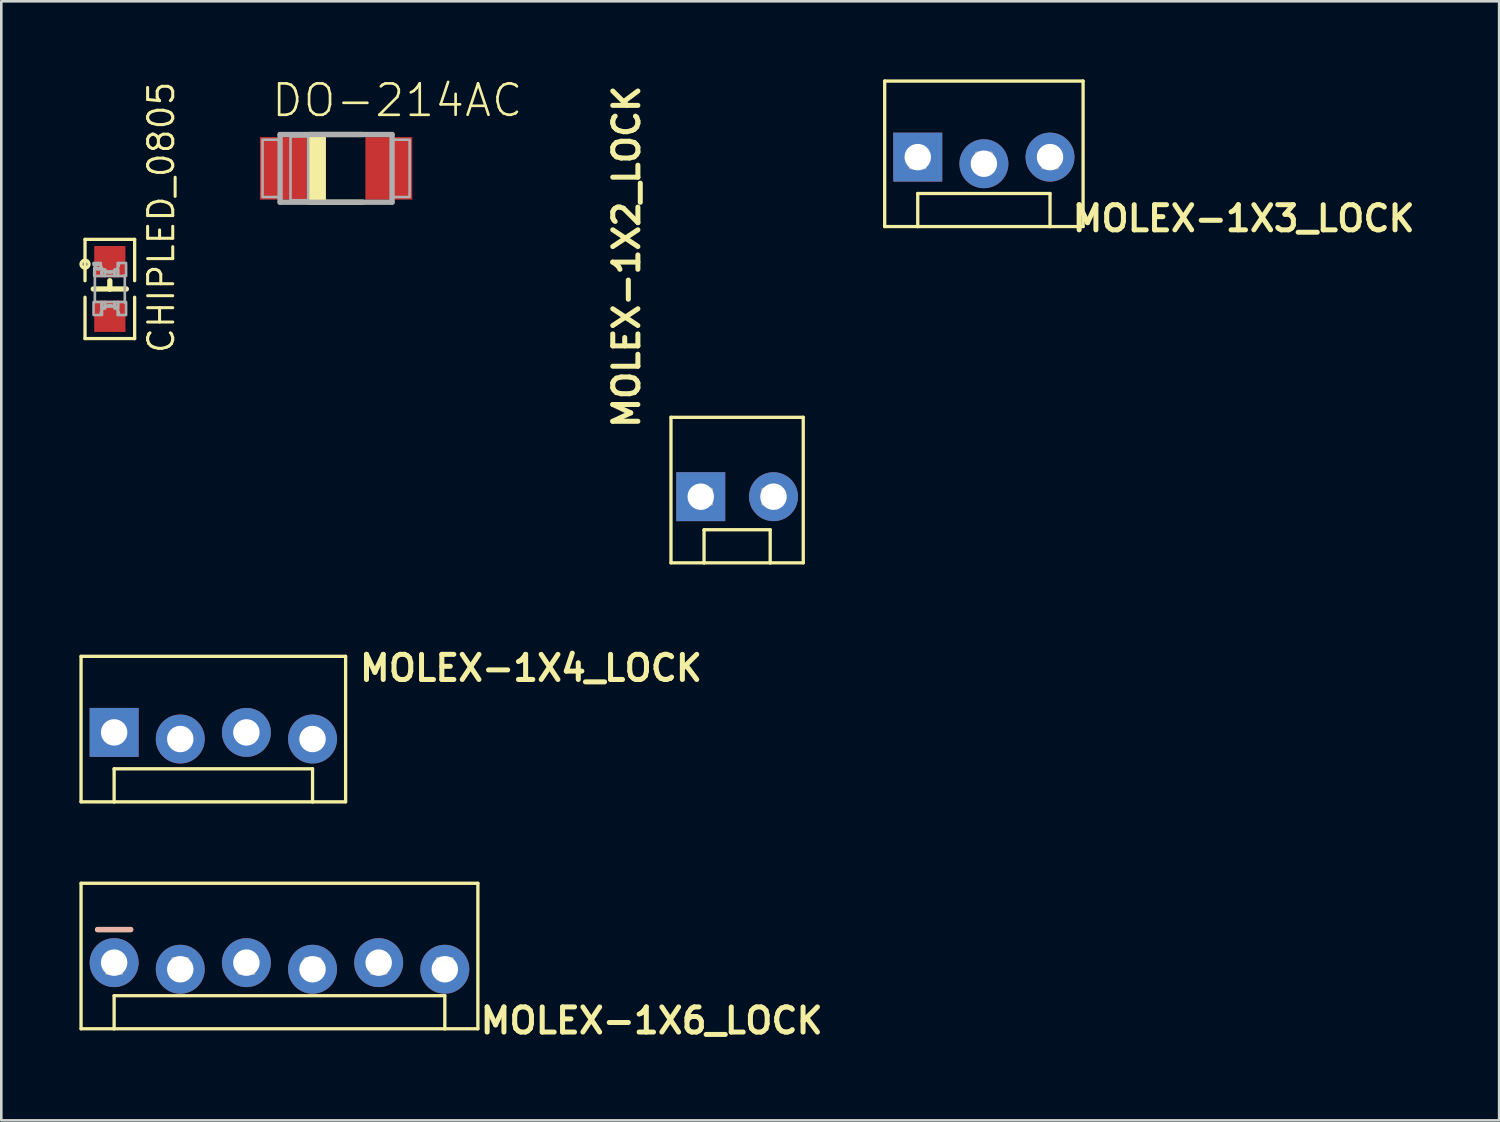
<source format=kicad_pcb>
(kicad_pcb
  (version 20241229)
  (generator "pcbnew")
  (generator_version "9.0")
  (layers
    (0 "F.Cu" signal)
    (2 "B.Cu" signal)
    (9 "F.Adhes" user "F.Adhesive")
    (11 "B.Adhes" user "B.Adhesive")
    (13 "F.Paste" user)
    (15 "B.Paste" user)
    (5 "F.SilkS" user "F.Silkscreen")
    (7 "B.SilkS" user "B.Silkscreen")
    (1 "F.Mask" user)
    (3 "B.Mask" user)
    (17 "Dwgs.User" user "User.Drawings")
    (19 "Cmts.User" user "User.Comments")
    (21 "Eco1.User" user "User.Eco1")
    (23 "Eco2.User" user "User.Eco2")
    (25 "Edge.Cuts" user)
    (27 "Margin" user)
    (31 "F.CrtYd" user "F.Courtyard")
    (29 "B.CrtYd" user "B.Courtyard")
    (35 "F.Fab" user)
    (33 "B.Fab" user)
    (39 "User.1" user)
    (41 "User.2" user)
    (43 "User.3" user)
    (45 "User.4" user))
  (footprint "MOLEX-1X6_LOCK"
    (layer "F.Cu")
    (at 1.333 33.92)
    (property "Reference" "MOLEX-1X6_LOCK" (at 13.97 2.794 180) (layer "F.SilkS") (effects (font (size 0.965 0.965) (thickness 0.193)) (justify left bottom)))
    (attr through_hole)
    (fp_line (start -1.27 -3.048) (end -1.27 2.54) (stroke (width 0.127) (type solid)) (layer "F.SilkS"))
    (fp_line (start -0.635 -1.27) (end 0.635 -1.27) (stroke (width 0.203) (type solid)) (layer "F.SilkS"))
    (fp_line (start 0 1.27) (end 12.7 1.27) (stroke (width 0.127) (type solid)) (layer "F.SilkS"))
    (fp_line (start 0 2.54) (end -1.27 2.54) (stroke (width 0.127) (type solid)) (layer "F.SilkS"))
    (fp_line (start 0 2.54) (end 0 1.27) (stroke (width 0.127) (type solid)) (layer "F.SilkS"))
    (fp_line (start 12.7 1.27) (end 12.7 2.54) (stroke (width 0.127) (type solid)) (layer "F.SilkS"))
    (fp_line (start 12.7 2.54) (end 0 2.54) (stroke (width 0.127) (type solid)) (layer "F.SilkS"))
    (fp_line (start 13.97 -3.048) (end -1.27 -3.048) (stroke (width 0.127) (type solid)) (layer "F.SilkS"))
    (fp_line (start 13.97 -3.048) (end 13.97 2.54) (stroke (width 0.127) (type solid)) (layer "F.SilkS"))
    (fp_line (start 13.97 2.54) (end 12.7 2.54) (stroke (width 0.127) (type solid)) (layer "F.SilkS"))
    (fp_line (start 0.635 -1.27) (end -0.635 -1.27) (stroke (width 0.203) (type solid)) (layer "B.SilkS"))
    (fp_poly (pts (xy -0.292 0.419) (xy 0.292 0.419) (xy 0.292 -0.165) (xy -0.292 -0.165)) (stroke (width 0.1) (type solid)) (fill no) (layer "F.Fab"))
    (fp_poly (pts (xy 2.248 0.419) (xy 2.832 0.419) (xy 2.832 -0.165) (xy 2.248 -0.165)) (stroke (width 0.1) (type solid)) (fill no) (layer "F.Fab"))
    (fp_poly (pts (xy 4.788 0.419) (xy 5.372 0.419) (xy 5.372 -0.165) (xy 4.788 -0.165)) (stroke (width 0.1) (type solid)) (fill no) (layer "F.Fab"))
    (fp_poly (pts (xy 7.328 0.419) (xy 7.912 0.419) (xy 7.912 -0.165) (xy 7.328 -0.165)) (stroke (width 0.1) (type solid)) (fill no) (layer "F.Fab"))
    (fp_poly (pts (xy 9.868 0.419) (xy 10.452 0.419) (xy 10.452 -0.165) (xy 9.868 -0.165)) (stroke (width 0.1) (type solid)) (fill no) (layer "F.Fab"))
    (fp_poly (pts (xy 12.408 0.419) (xy 12.992 0.419) (xy 12.992 -0.165) (xy 12.408 -0.165)) (stroke (width 0.1) (type solid)) (fill no) (layer "F.Fab"))
    (pad "1" thru_hole circle (at 0 0) (size 1.88 1.88) (drill 1.016) (layers "*.Cu" "*.Mask"))
    (pad "2" thru_hole circle (at 2.54 0.254) (size 1.88 1.88) (drill 1.016) (layers "*.Cu" "*.Mask"))
    (pad "3" thru_hole circle (at 5.08 0) (size 1.88 1.88) (drill 1.016) (layers "*.Cu" "*.Mask"))
    (pad "4" thru_hole circle (at 7.62 0.254) (size 1.88 1.88) (drill 1.016) (layers "*.Cu" "*.Mask"))
    (pad "5" thru_hole circle (at 10.16 0) (size 1.88 1.88) (drill 1.016) (layers "*.Cu" "*.Mask"))
    (pad "6" thru_hole circle (at 12.7 0.254) (size 1.88 1.88) (drill 1.016) (layers "*.Cu" "*.Mask")))
  (footprint "DO-214AC"
    (layer "F.Cu")
    (at 9.857 3.416)
    (property "Reference" "DO-214AC" (at -2.54 -1.905 0) (layer "F.SilkS") (effects (font (size 1.206 1.206) (thickness 0.102)) (justify left bottom)))
    (attr through_hole)
    (fp_line (start -1.035 -1.3) (end 1.025 -1.3) (stroke (width 0.203) (type solid)) (layer "F.SilkS"))
    (fp_line (start 1.025 1.3) (end -1.035 1.3) (stroke (width 0.203) (type solid)) (layer "F.SilkS"))
    (fp_poly (pts (xy -1.065 1.225) (xy -0.39 1.225) (xy -0.39 -1.225) (xy -1.065 -1.225)) (stroke (width 0) (type solid)) (fill yes) (layer "F.SilkS"))
    (fp_line (start -2.15 -1.3) (end 2.15 -1.3) (stroke (width 0.203) (type solid)) (layer "F.Fab"))
    (fp_line (start -2.15 1.3) (end -2.15 -1.3) (stroke (width 0.203) (type solid)) (layer "F.Fab"))
    (fp_line (start 2.15 -1.3) (end 2.15 1.3) (stroke (width 0.203) (type solid)) (layer "F.Fab"))
    (fp_line (start 2.15 1.3) (end -2.15 1.3) (stroke (width 0.203) (type solid)) (layer "F.Fab"))
    (fp_poly (pts (xy -2.825 1.1) (xy -2.175 1.1) (xy -2.175 -1.1) (xy -2.825 -1.1)) (stroke (width 0.1) (type solid)) (fill no) (layer "F.Fab"))
    (fp_poly (pts (xy -1.75 1.225) (xy -1.075 1.225) (xy -1.075 -1.225) (xy -1.75 -1.225)) (stroke (width 0.1) (type solid)) (fill no) (layer "F.Fab"))
    (fp_poly (pts (xy 2.825 -1.1) (xy 2.175 -1.1) (xy 2.175 1.1) (xy 2.825 1.1)) (stroke (width 0.1) (type solid)) (fill no) (layer "F.Fab"))
    (pad "A" smd rect (at 2.025 0 180) (size 1.8 2.4) (layers "F.Cu" "F.Mask" "F.Paste"))
    (pad "C" smd rect (at -2.025 0) (size 1.8 2.4) (layers "F.Cu" "F.Mask" "F.Paste")))
  (footprint "MOLEX-1X2_LOCK"
    (layer "F.Cu")
    (at 23.989 16.025)
    (property "Reference" "MOLEX-1X2_LOCK" (at -2.413 -2.54 270) (layer "F.SilkS") (effects (font (size 0.965 0.965) (thickness 0.193)) (justify left bottom)))
    (attr through_hole)
    (fp_line (start -1.27 -3.048) (end -1.27 2.54) (stroke (width 0.127) (type solid)) (layer "F.SilkS"))
    (fp_line (start 0 1.27) (end 2.54 1.27) (stroke (width 0.127) (type solid)) (layer "F.SilkS"))
    (fp_line (start 0 2.54) (end -1.27 2.54) (stroke (width 0.127) (type solid)) (layer "F.SilkS"))
    (fp_line (start 0 2.54) (end 0 1.27) (stroke (width 0.127) (type solid)) (layer "F.SilkS"))
    (fp_line (start 2.54 1.27) (end 2.54 2.54) (stroke (width 0.127) (type solid)) (layer "F.SilkS"))
    (fp_line (start 2.54 2.54) (end 0 2.54) (stroke (width 0.127) (type solid)) (layer "F.SilkS"))
    (fp_line (start 3.81 -3.048) (end -1.27 -3.048) (stroke (width 0.127) (type solid)) (layer "F.SilkS"))
    (fp_line (start 3.81 -3.048) (end 3.81 2.54) (stroke (width 0.127) (type solid)) (layer "F.SilkS"))
    (fp_line (start 3.81 2.54) (end 2.54 2.54) (stroke (width 0.127) (type solid)) (layer "F.SilkS"))
    (fp_poly (pts (xy -0.292 0.292) (xy 0.292 0.292) (xy 0.292 -0.292) (xy -0.292 -0.292)) (stroke (width 0.1) (type solid)) (fill no) (layer "F.Fab"))
    (fp_poly (pts (xy 2.248 0.292) (xy 2.832 0.292) (xy 2.832 -0.292) (xy 2.248 -0.292)) (stroke (width 0.1) (type solid)) (fill no) (layer "F.Fab"))
    (pad "1" thru_hole rect (at -0.127 0) (size 1.88 1.88) (drill 1.016) (layers "*.Cu" "*.Mask"))
    (pad "2" thru_hole circle (at 2.667 0) (size 1.88 1.88) (drill 1.016) (layers "*.Cu" "*.Mask")))
  (footprint "CHIPLED_0805"
    (layer "F.Cu")
    (at 1.168 8.048)
    (property "Reference" "CHIPLED_0805" (at 2.54 2.54 90) (layer "F.SilkS") (effects (font (size 0.965 0.965) (thickness 0.116)) (justify left bottom)))
    (attr through_hole)
    (fp_line (start -0.953 -1.905) (end 0.953 -1.905) (stroke (width 0.127) (type solid)) (layer "F.SilkS"))
    (fp_line (start -0.953 -0.318) (end -0.953 -1.905) (stroke (width 0.127) (type solid)) (layer "F.SilkS"))
    (fp_line (start -0.953 0.318) (end -0.953 1.905) (stroke (width 0.127) (type solid)) (layer "F.SilkS"))
    (fp_line (start -0.953 1.905) (end 0.953 1.905) (stroke (width 0.127) (type solid)) (layer "F.SilkS"))
    (fp_line (start -0.635 0) (end 0 0) (stroke (width 0.203) (type solid)) (layer "F.SilkS"))
    (fp_line (start 0 0) (end 0 -0.318) (stroke (width 0.203) (type solid)) (layer "F.SilkS"))
    (fp_line (start 0 0) (end 0.635 0) (stroke (width 0.203) (type solid)) (layer "F.SilkS"))
    (fp_line (start 0.953 -1.905) (end 0.953 -0.318) (stroke (width 0.127) (type solid)) (layer "F.SilkS"))
    (fp_line (start 0.953 1.905) (end 0.953 0.318) (stroke (width 0.127) (type solid)) (layer "F.SilkS"))
    (fp_circle (center -0.953 -0.953) (end -0.8 -0.953) (stroke (width 0.127) (type solid)) (fill no) (layer "F.SilkS"))
    (fp_line (start -0.575 0.5) (end -0.575 -0.925) (stroke (width 0.102) (type solid)) (layer "F.Fab"))
    (fp_line (start 0.575 -0.525) (end 0.575 0.525) (stroke (width 0.102) (type solid)) (layer "F.Fab"))
    (fp_arc (start -0.35 0.95) (mid -0.000001 0.625035) (end 0.35 0.949998) (stroke (width 0.1016) (type solid)) (layer "F.Fab"))
    (fp_arc (start 0.35 -0.949998) (mid -0.000001 -0.625035) (end -0.35 -0.95) (stroke (width 0.1016) (type solid)) (layer "F.Fab"))
    (fp_circle (center -0.45 -0.85) (end -0.347 -0.85) (stroke (width 0.102) (type solid)) (fill no) (layer "F.Fab"))
    (fp_poly (pts (xy -0.625 -0.925) (xy -0.35 -0.925) (xy -0.35 -1) (xy -0.625 -1)) (stroke (width 0.1) (type solid)) (fill no) (layer "F.Fab"))
    (fp_poly (pts (xy -0.625 1) (xy -0.3 1) (xy -0.3 0.5) (xy -0.625 0.5)) (stroke (width 0.1) (type solid)) (fill no) (layer "F.Fab"))
    (fp_poly (pts (xy -0.6 -0.5) (xy -0.3 -0.5) (xy -0.3 -0.8) (xy -0.6 -0.8)) (stroke (width 0.1) (type solid)) (fill no) (layer "F.Fab"))
    (fp_poly (pts (xy -0.325 -0.5) (xy -0.175 -0.5) (xy -0.175 -0.75) (xy -0.325 -0.75)) (stroke (width 0.1) (type solid)) (fill no) (layer "F.Fab"))
    (fp_poly (pts (xy -0.325 0.75) (xy -0.175 0.75) (xy -0.175 0.5) (xy -0.325 0.5)) (stroke (width 0.1) (type solid)) (fill no) (layer "F.Fab"))
    (fp_poly (pts (xy -0.2 -0.5) (xy 0.2 -0.5) (xy 0.2 -0.675) (xy -0.2 -0.675)) (stroke (width 0.1) (type solid)) (fill no) (layer "F.Fab"))
    (fp_poly (pts (xy -0.2 0.675) (xy 0.2 0.675) (xy 0.2 0.5) (xy -0.2 0.5)) (stroke (width 0.1) (type solid)) (fill no) (layer "F.Fab"))
    (fp_poly (pts (xy 0.175 -0.5) (xy 0.325 -0.5) (xy 0.325 -0.75) (xy 0.175 -0.75)) (stroke (width 0.1) (type solid)) (fill no) (layer "F.Fab"))
    (fp_poly (pts (xy 0.175 0.75) (xy 0.325 0.75) (xy 0.325 0.5) (xy 0.175 0.5)) (stroke (width 0.1) (type solid)) (fill no) (layer "F.Fab"))
    (fp_poly (pts (xy 0.3 -0.5) (xy 0.625 -0.5) (xy 0.625 -1) (xy 0.3 -1)) (stroke (width 0.1) (type solid)) (fill no) (layer "F.Fab"))
    (fp_poly (pts (xy 0.3 1) (xy 0.625 1) (xy 0.625 0.5) (xy 0.3 0.5)) (stroke (width 0.1) (type solid)) (fill no) (layer "F.Fab"))
    (pad "A" smd rect (at 0 1.05) (size 1.2 1.2) (layers "F.Cu" "F.Mask" "F.Paste"))
    (pad "C" smd rect (at 0 -1.05) (size 1.2 1.2) (layers "F.Cu" "F.Mask" "F.Paste")))
  (footprint "MOLEX-1X3_LOCK"
    (layer "F.Cu")
    (at 32.196 3.111)
    (property "Reference" "MOLEX-1X3_LOCK" (at 5.842 2.794 180) (layer "F.SilkS") (effects (font (size 0.965 0.965) (thickness 0.193)) (justify left bottom)))
    (attr through_hole)
    (fp_line (start -1.27 -3.048) (end -1.27 2.54) (stroke (width 0.127) (type solid)) (layer "F.SilkS"))
    (fp_line (start 0 1.27) (end 5.08 1.27) (stroke (width 0.127) (type solid)) (layer "F.SilkS"))
    (fp_line (start 0 2.54) (end -1.27 2.54) (stroke (width 0.127) (type solid)) (layer "F.SilkS"))
    (fp_line (start 0 2.54) (end 0 1.27) (stroke (width 0.127) (type solid)) (layer "F.SilkS"))
    (fp_line (start 5.08 1.27) (end 5.08 2.54) (stroke (width 0.127) (type solid)) (layer "F.SilkS"))
    (fp_line (start 5.08 2.54) (end 0 2.54) (stroke (width 0.127) (type solid)) (layer "F.SilkS"))
    (fp_line (start 6.35 -3.048) (end -1.27 -3.048) (stroke (width 0.127) (type solid)) (layer "F.SilkS"))
    (fp_line (start 6.35 -3.048) (end 6.35 2.54) (stroke (width 0.127) (type solid)) (layer "F.SilkS"))
    (fp_line (start 6.35 2.54) (end 5.08 2.54) (stroke (width 0.127) (type solid)) (layer "F.SilkS"))
    (fp_poly (pts (xy -0.292 0.292) (xy 0.292 0.292) (xy 0.292 -0.292) (xy -0.292 -0.292)) (stroke (width 0.1) (type solid)) (fill no) (layer "F.Fab"))
    (fp_poly (pts (xy 2.248 0.292) (xy 2.832 0.292) (xy 2.832 -0.292) (xy 2.248 -0.292)) (stroke (width 0.1) (type solid)) (fill no) (layer "F.Fab"))
    (fp_poly (pts (xy 4.788 0.292) (xy 5.372 0.292) (xy 5.372 -0.292) (xy 4.788 -0.292)) (stroke (width 0.1) (type solid)) (fill no) (layer "F.Fab"))
    (pad "1" thru_hole rect (at 0 -0.127) (size 1.88 1.88) (drill 1.016) (layers "*.Cu" "*.Mask"))
    (pad "2" thru_hole circle (at 2.54 0.127) (size 1.88 1.88) (drill 1.016) (layers "*.Cu" "*.Mask"))
    (pad "3" thru_hole circle (at 5.08 -0.127) (size 1.88 1.88) (drill 1.016) (layers "*.Cu" "*.Mask")))
  (footprint "MOLEX-1X4_LOCK"
    (layer "F.Cu")
    (at 1.333 25.205)
    (property "Reference" "MOLEX-1X4_LOCK" (at 9.335 -2.032 0) (layer "F.SilkS") (effects (font (size 0.965 0.965) (thickness 0.193)) (justify left bottom)))
    (attr through_hole)
    (fp_line (start -1.27 -3.048) (end -1.27 2.54) (stroke (width 0.127) (type solid)) (layer "F.SilkS"))
    (fp_line (start 0 1.27) (end 7.62 1.27) (stroke (width 0.127) (type solid)) (layer "F.SilkS"))
    (fp_line (start 0 2.54) (end -1.27 2.54) (stroke (width 0.127) (type solid)) (layer "F.SilkS"))
    (fp_line (start 0 2.54) (end 0 1.27) (stroke (width 0.127) (type solid)) (layer "F.SilkS"))
    (fp_line (start 7.62 1.27) (end 7.62 2.54) (stroke (width 0.127) (type solid)) (layer "F.SilkS"))
    (fp_line (start 7.62 2.54) (end 0 2.54) (stroke (width 0.127) (type solid)) (layer "F.SilkS"))
    (fp_line (start 8.89 -3.048) (end -1.27 -3.048) (stroke (width 0.127) (type solid)) (layer "F.SilkS"))
    (fp_line (start 8.89 -3.048) (end 8.89 2.54) (stroke (width 0.127) (type solid)) (layer "F.SilkS"))
    (fp_line (start 8.89 2.54) (end 7.62 2.54) (stroke (width 0.127) (type solid)) (layer "F.SilkS"))
    (pad "1" thru_hole rect (at 0 -0.127) (size 1.88 1.88) (drill 1.016) (layers "*.Cu" "*.Mask"))
    (pad "2" thru_hole circle (at 2.54 0.127) (size 1.88 1.88) (drill 1.016) (layers "*.Cu" "*.Mask"))
    (pad "3" thru_hole circle (at 5.08 -0.127) (size 1.88 1.88) (drill 1.016) (layers "*.Cu" "*.Mask"))
    (pad "4" thru_hole circle (at 7.62 0.127) (size 1.88 1.88) (drill 1.016) (layers "*.Cu" "*.Mask")))
  (gr_rect
    (start -3 -3)
    (end 54.524 39.977)
    (stroke (width 0.1) (type default))
    (fill no)
    (layer "Edge.Cuts")))
</source>
